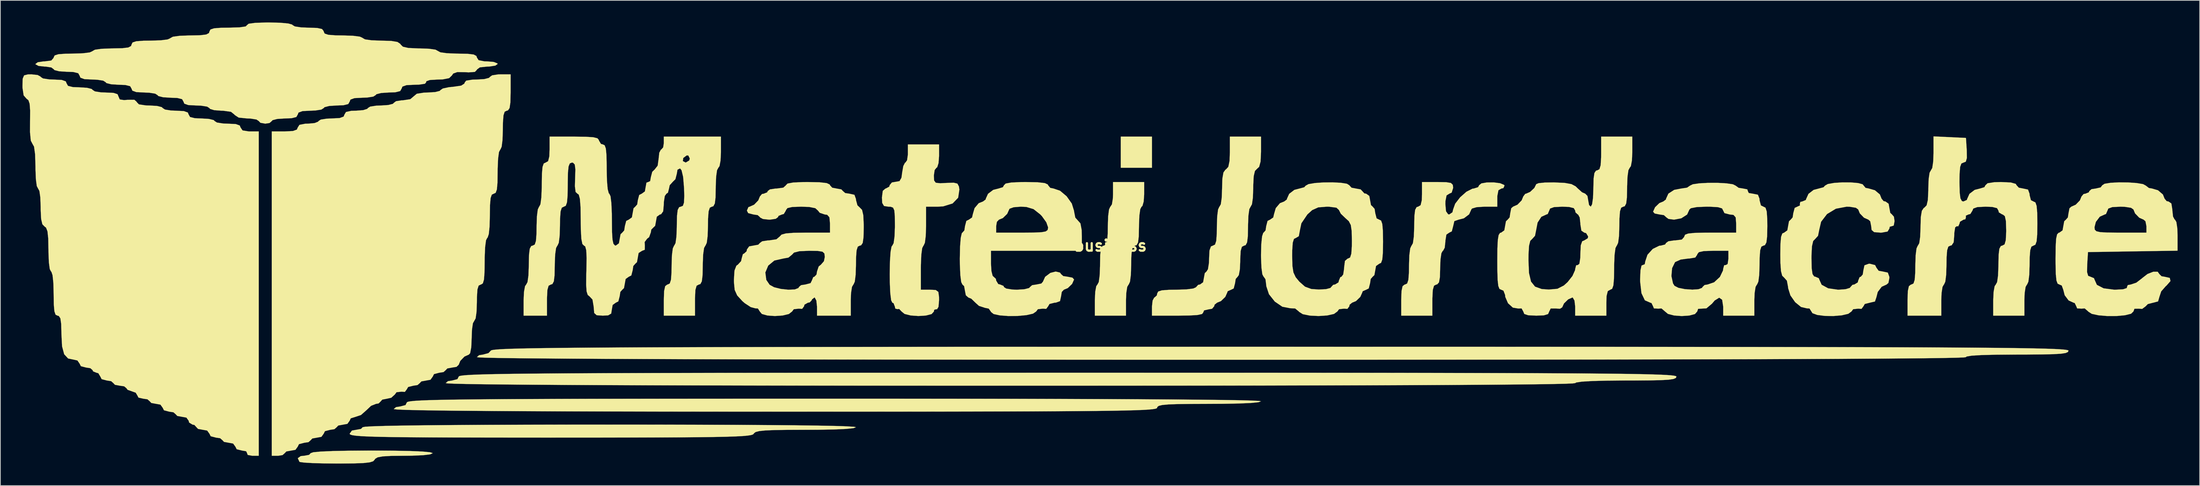
<source format=kicad_pcb>
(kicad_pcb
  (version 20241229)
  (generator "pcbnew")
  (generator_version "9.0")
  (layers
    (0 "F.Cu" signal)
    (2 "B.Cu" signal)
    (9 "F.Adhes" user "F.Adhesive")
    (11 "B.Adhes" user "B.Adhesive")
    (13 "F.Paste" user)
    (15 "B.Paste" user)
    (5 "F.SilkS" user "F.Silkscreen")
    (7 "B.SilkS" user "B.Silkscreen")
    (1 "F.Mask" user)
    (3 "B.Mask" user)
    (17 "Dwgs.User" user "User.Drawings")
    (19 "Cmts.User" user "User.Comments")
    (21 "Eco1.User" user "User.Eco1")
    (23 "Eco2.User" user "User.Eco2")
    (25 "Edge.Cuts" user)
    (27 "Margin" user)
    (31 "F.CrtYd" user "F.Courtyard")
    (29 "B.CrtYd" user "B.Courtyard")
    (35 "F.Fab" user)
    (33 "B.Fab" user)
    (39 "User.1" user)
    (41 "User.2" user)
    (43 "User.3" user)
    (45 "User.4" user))
  (footprint "business"
    (layer "F.Cu")
    (at 147.819 30.344)
    (property "Reference" "business" (at 0 0 0) (layer "F.SilkS") (effects (font (size 1.524 1.524) (thickness 0.3))))
    (attr through_hole)
    (fp_poly (pts (xy 5.644 -10.583) (xy 1.411 -10.583) (xy 1.411 -14.817) (xy 5.644 -14.817) (xy 5.644 -10.583)) (stroke (width 0.01) (type solid)) (fill yes) (layer "F.SilkS"))
    (fp_poly (pts (xy -97.497 27.884) (xy -95.202 27.928) (xy -93.511 27.998) (xy -92.458 28.095) (xy -92.076 28.215) (xy -92.075 28.222) (xy -92.412 28.382) (xy -93.363 28.499) (xy -94.835 28.564) (xy -95.918 28.575) (xy -97.681 28.593) (xy -98.855 28.659) (xy -99.555 28.786) (xy -99.898 28.991) (xy -99.964 29.104) (xy -100.162 29.321) (xy -100.632 29.471) (xy -101.477 29.566) (xy -102.803 29.617) (xy -104.715 29.633) (xy -105.058 29.633) (xy -106.849 29.617) (xy -108.38 29.573) (xy -109.517 29.507) (xy -110.125 29.425) (xy -110.184 29.398) (xy -110.412 28.908) (xy -110.006 28.62) (xy -109.537 28.575) (xy -108.875 28.454) (xy -108.656 28.222) (xy -108.308 28.1) (xy -107.289 28.003) (xy -105.63 27.931) (xy -103.364 27.886) (xy -100.525 27.869) (xy -100.365 27.869) (xy -97.497 27.884)) (stroke (width 0.01) (type solid)) (fill yes) (layer "F.SilkS"))
    (fp_poly (pts (xy 4.586 -6.967) (xy 4.52 -5.99) (xy 4.35 -5.387) (xy 4.233 -5.292) (xy 4.056 -4.963) (xy 3.932 -4.075) (xy 3.881 -2.77) (xy 3.881 -2.646) (xy 3.853 -1.25) (xy 3.753 -0.431) (xy 3.555 -0.061) (xy 3.351 0) (xy 3.072 0.139) (xy 2.908 0.639) (xy 2.834 1.63) (xy 2.822 2.646) (xy 2.778 3.979) (xy 2.66 4.908) (xy 2.486 5.289) (xy 2.469 5.292) (xy 2.282 5.613) (xy 2.154 6.452) (xy 2.117 7.408) (xy 2.117 9.525) (xy -2.117 9.525) (xy -2.117 7.408) (xy -2.063 6.281) (xy -1.923 5.516) (xy -1.764 5.292) (xy -1.586 4.963) (xy -1.462 4.075) (xy -1.411 2.77) (xy -1.411 2.646) (xy -1.383 1.25) (xy -1.283 0.431) (xy -1.085 0.061) (xy -0.882 0) (xy -0.603 -0.139) (xy -0.439 -0.639) (xy -0.365 -1.63) (xy -0.353 -2.646) (xy -0.309 -3.979) (xy -0.191 -4.908) (xy -0.017 -5.289) (xy 0 -5.292) (xy 0.206 -5.608) (xy 0.333 -6.413) (xy 0.353 -6.967) (xy 0.353 -8.643) (xy 4.586 -8.643) (xy 4.586 -6.967)) (stroke (width 0.01) (type solid)) (fill yes) (layer "F.SilkS"))
    (fp_poly (pts (xy -61.684 24.345) (xy -55.948 24.356) (xy -50.883 24.375) (xy -46.493 24.401) (xy -42.783 24.434) (xy -39.756 24.474) (xy -37.419 24.521) (xy -35.774 24.575) (xy -34.826 24.637) (xy -34.572 24.694) (xy -34.918 24.826) (xy -35.925 24.928) (xy -37.553 25.001) (xy -39.757 25.04) (xy -41.414 25.047) (xy -43.825 25.055) (xy -45.62 25.082) (xy -46.889 25.135) (xy -47.721 25.221) (xy -48.204 25.347) (xy -48.429 25.519) (xy -48.458 25.576) (xy -48.561 25.675) (xy -48.819 25.761) (xy -49.277 25.834) (xy -49.98 25.897) (xy -50.972 25.95) (xy -52.3 25.993) (xy -54.008 26.027) (xy -56.141 26.054) (xy -58.744 26.075) (xy -61.862 26.089) (xy -65.54 26.098) (xy -69.822 26.104) (xy -74.755 26.105) (xy -76.013 26.106) (xy -81.098 26.104) (xy -85.522 26.1) (xy -89.331 26.092) (xy -92.568 26.079) (xy -95.278 26.061) (xy -97.506 26.036) (xy -99.296 26.003) (xy -100.694 25.963) (xy -101.744 25.913) (xy -102.491 25.854) (xy -102.979 25.784) (xy -103.254 25.702) (xy -103.359 25.607) (xy -103.364 25.576) (xy -103.057 25.151) (xy -102.482 25.047) (xy -101.819 24.926) (xy -101.6 24.694) (xy -101.248 24.627) (xy -100.195 24.567) (xy -98.445 24.513) (xy -96.003 24.467) (xy -92.873 24.428) (xy -89.06 24.396) (xy -84.568 24.372) (xy -79.401 24.354) (xy -73.565 24.344) (xy -68.086 24.342) (xy -61.684 24.345)) (stroke (width 0.01) (type solid)) (fill yes) (layer "F.SilkS"))
    (fp_poly (pts (xy -28.971 20.816) (xy -21.054 20.822) (xy -13.82 20.833) (xy -7.273 20.848) (xy -1.413 20.867) (xy 3.756 20.891) (xy 8.234 20.918) (xy 12.017 20.95) (xy 15.105 20.986) (xy 17.495 21.026) (xy 19.185 21.071) (xy 20.173 21.119) (xy 20.461 21.167) (xy 20.115 21.296) (xy 19.106 21.398) (xy 17.473 21.471) (xy 15.258 21.511) (xy 13.406 21.519) (xy 10.972 21.526) (xy 9.157 21.55) (xy 7.876 21.597) (xy 7.042 21.674) (xy 6.57 21.788) (xy 6.372 21.945) (xy 6.35 22.049) (xy 6.292 22.121) (xy 6.094 22.187) (xy 5.726 22.246) (xy 5.154 22.3) (xy 4.345 22.347) (xy 3.267 22.388) (xy 1.888 22.425) (xy 0.175 22.457) (xy -1.904 22.484) (xy -4.383 22.506) (xy -7.294 22.525) (xy -10.668 22.541) (xy -14.54 22.553) (xy -18.941 22.562) (xy -23.904 22.569) (xy -29.461 22.574) (xy -35.645 22.577) (xy -42.489 22.578) (xy -45.508 22.578) (xy -53.608 22.575) (xy -61.029 22.568) (xy -67.768 22.556) (xy -73.822 22.54) (xy -79.19 22.518) (xy -83.87 22.492) (xy -87.858 22.461) (xy -91.153 22.426) (xy -93.752 22.385) (xy -95.653 22.34) (xy -96.854 22.291) (xy -97.352 22.237) (xy -97.367 22.225) (xy -97.065 21.96) (xy -96.485 21.872) (xy -95.775 21.688) (xy -95.603 21.343) (xy -95.545 21.274) (xy -95.351 21.211) (xy -94.989 21.155) (xy -94.43 21.103) (xy -93.642 21.057) (xy -92.594 21.016) (xy -91.256 20.98) (xy -89.598 20.948) (xy -87.587 20.921) (xy -85.193 20.897) (xy -82.387 20.877) (xy -79.136 20.861) (xy -75.41 20.847) (xy -71.178 20.836) (xy -66.409 20.828) (xy -61.074 20.822) (xy -55.14 20.818) (xy -48.577 20.815) (xy -41.355 20.814) (xy -37.571 20.814) (xy -28.971 20.816)) (stroke (width 0.01) (type solid)) (fill yes) (layer "F.SilkS"))
    (fp_poly (pts (xy -23.283 -12.171) (xy -23.353 -11.224) (xy -23.531 -10.656) (xy -23.636 -10.583) (xy -23.881 -10.276) (xy -23.989 -9.534) (xy -23.989 -9.498) (xy -23.954 -8.847) (xy -23.726 -8.543) (xy -23.118 -8.477) (xy -22.313 -8.518) (xy -21.299 -8.554) (xy -20.789 -8.427) (xy -20.583 -8.038) (xy -20.522 -7.626) (xy -20.687 -6.511) (xy -21.439 -5.732) (xy -22.722 -5.334) (xy -23.445 -5.292) (xy -25.047 -5.292) (xy -25.047 -2.646) (xy -25.091 -1.313) (xy -25.209 -0.383) (xy -25.383 -0.002) (xy -25.4 0) (xy -25.572 0.332) (xy -25.693 1.244) (xy -25.75 2.612) (xy -25.753 2.999) (xy -25.753 5.997) (xy -24.518 5.997) (xy -23.732 6.039) (xy -23.379 6.298) (xy -23.287 6.977) (xy -23.283 7.429) (xy -23.358 8.323) (xy -23.559 8.664) (xy -23.636 8.643) (xy -23.938 8.723) (xy -23.989 8.975) (xy -24.298 9.311) (xy -25.074 9.51) (xy -26.094 9.574) (xy -27.132 9.501) (xy -27.965 9.292) (xy -28.358 8.973) (xy -28.708 8.609) (xy -28.925 8.642) (xy -29.229 8.563) (xy -29.281 8.311) (xy -29.465 7.828) (xy -29.633 7.761) (xy -29.793 7.424) (xy -29.909 6.472) (xy -29.975 4.996) (xy -29.986 3.881) (xy -29.955 2.13) (xy -29.869 0.848) (xy -29.735 0.127) (xy -29.633 0) (xy -29.456 -0.328) (xy -29.332 -1.217) (xy -29.281 -2.522) (xy -29.281 -2.646) (xy -29.292 -3.992) (xy -29.358 -4.78) (xy -29.528 -5.161) (xy -29.853 -5.282) (xy -30.163 -5.292) (xy -30.759 -5.384) (xy -31.003 -5.799) (xy -31.044 -6.526) (xy -30.93 -7.44) (xy -30.563 -7.759) (xy -30.515 -7.761) (xy -30.047 -8.013) (xy -29.986 -8.23) (xy -29.689 -8.586) (xy -29.192 -8.671) (xy -28.654 -8.765) (xy -28.39 -9.225) (xy -28.289 -9.966) (xy -28.141 -10.817) (xy -27.909 -11.267) (xy -27.848 -11.289) (xy -27.629 -11.599) (xy -27.52 -12.362) (xy -27.517 -12.524) (xy -27.517 -13.758) (xy -23.283 -13.758) (xy -23.283 -12.171)) (stroke (width 0.01) (type solid)) (fill yes) (layer "F.SilkS"))
    (fp_poly (pts (xy 45.626 -8.621) (xy 46.261 -8.515) (xy 46.52 -8.262) (xy 46.567 -7.849) (xy 46.366 -7.207) (xy 46.038 -7.056) (xy 45.67 -6.823) (xy 45.518 -6.05) (xy 45.508 -5.644) (xy 45.596 -4.663) (xy 45.885 -4.259) (xy 46.038 -4.233) (xy 46.469 -4.526) (xy 46.567 -4.927) (xy 46.841 -5.695) (xy 47.515 -6.568) (xy 48.369 -7.322) (xy 49.183 -7.736) (xy 49.377 -7.761) (xy 49.956 -7.942) (xy 50.094 -8.202) (xy 50.399 -8.457) (xy 51.143 -8.587) (xy 52.075 -8.594) (xy 52.939 -8.482) (xy 53.484 -8.254) (xy 53.548 -8.159) (xy 53.388 -7.817) (xy 53.122 -7.761) (xy 52.718 -7.529) (xy 52.568 -6.756) (xy 52.564 -6.526) (xy 52.564 -5.292) (xy 50.8 -5.292) (xy 49.746 -5.223) (xy 49.127 -5.041) (xy 49.036 -4.914) (xy 48.735 -4.25) (xy 48.024 -3.713) (xy 47.297 -3.528) (xy 46.728 -3.333) (xy 46.567 -2.646) (xy 46.567 -2.646) (xy 46.383 -1.937) (xy 46.038 -1.764) (xy 45.646 -1.496) (xy 45.509 -0.642) (xy 45.508 -0.529) (xy 45.42 0.287) (xy 45.202 0.695) (xy 45.156 0.706) (xy 44.971 1.03) (xy 44.845 1.888) (xy 44.803 2.999) (xy 44.767 4.285) (xy 44.641 5) (xy 44.394 5.275) (xy 44.274 5.292) (xy 43.966 5.454) (xy 43.801 6.03) (xy 43.745 7.153) (xy 43.744 7.408) (xy 43.744 9.525) (xy 39.511 9.525) (xy 39.511 7.408) (xy 39.552 6.179) (xy 39.696 5.519) (xy 39.977 5.296) (xy 40.04 5.292) (xy 40.319 5.153) (xy 40.483 4.652) (xy 40.557 3.662) (xy 40.569 2.646) (xy 40.613 1.313) (xy 40.732 0.383) (xy 40.906 0.002) (xy 40.922 0) (xy 41.1 -0.328) (xy 41.224 -1.217) (xy 41.275 -2.522) (xy 41.275 -2.646) (xy 41.303 -4.041) (xy 41.403 -4.861) (xy 41.601 -5.231) (xy 41.804 -5.292) (xy 42.145 -5.489) (xy 42.306 -6.168) (xy 42.333 -6.967) (xy 42.333 -8.643) (xy 44.45 -8.643) (xy 45.626 -8.621)) (stroke (width 0.01) (type solid)) (fill yes) (layer "F.SilkS"))
    (fp_poly (pts (xy 20.461 -12.738) (xy 20.402 -11.435) (xy 20.207 -10.707) (xy 19.932 -10.456) (xy 19.635 -10.15) (xy 19.467 -9.432) (xy 19.405 -8.173) (xy 19.403 -7.772) (xy 19.356 -6.501) (xy 19.232 -5.622) (xy 19.051 -5.292) (xy 19.05 -5.292) (xy 18.872 -4.963) (xy 18.748 -4.075) (xy 18.698 -2.77) (xy 18.697 -2.646) (xy 18.67 -1.25) (xy 18.569 -0.431) (xy 18.371 -0.061) (xy 18.168 0) (xy 17.861 0.163) (xy 17.696 0.739) (xy 17.64 1.862) (xy 17.639 2.117) (xy 17.585 3.244) (xy 17.445 4.009) (xy 17.286 4.233) (xy 17.021 4.535) (xy 16.933 5.115) (xy 16.749 5.825) (xy 16.404 5.997) (xy 15.935 6.201) (xy 15.875 6.375) (xy 15.608 6.974) (xy 15.021 7.542) (xy 14.489 7.761) (xy 14.143 8.042) (xy 14.111 8.23) (xy 13.814 8.586) (xy 13.317 8.671) (xy 12.723 8.81) (xy 12.612 9.084) (xy 12.461 9.297) (xy 11.852 9.435) (xy 10.697 9.507) (xy 9.172 9.525) (xy 5.644 9.525) (xy 5.644 8.29) (xy 5.733 7.474) (xy 5.951 7.066) (xy 5.997 7.056) (xy 6.31 6.77) (xy 6.35 6.526) (xy 6.489 6.247) (xy 6.989 6.083) (xy 7.98 6.009) (xy 8.996 5.997) (xy 10.329 5.953) (xy 11.258 5.835) (xy 11.639 5.661) (xy 11.642 5.644) (xy 11.927 5.331) (xy 12.171 5.292) (xy 12.596 4.985) (xy 12.7 4.41) (xy 12.821 3.747) (xy 13.053 3.528) (xy 13.254 3.21) (xy 13.382 2.399) (xy 13.406 1.764) (xy 13.462 0.655) (xy 13.658 0.113) (xy 13.935 0) (xy 14.214 -0.139) (xy 14.378 -0.639) (xy 14.452 -1.63) (xy 14.464 -2.646) (xy 14.508 -3.979) (xy 14.626 -4.908) (xy 14.8 -5.289) (xy 14.817 -5.292) (xy 14.998 -5.617) (xy 15.124 -6.489) (xy 15.169 -7.723) (xy 15.212 -9.12) (xy 15.357 -9.944) (xy 15.63 -10.325) (xy 15.699 -10.358) (xy 16.02 -10.707) (xy 16.187 -11.522) (xy 16.228 -12.689) (xy 16.228 -14.817) (xy 20.461 -14.817) (xy 20.461 -12.738)) (stroke (width 0.01) (type solid)) (fill yes) (layer "F.SilkS"))
    (fp_poly (pts (xy 3.266 17.286) (xy 11.673 17.288) (xy 19.426 17.29) (xy 26.551 17.293) (xy 33.074 17.298) (xy 39.02 17.304) (xy 44.415 17.312) (xy 49.286 17.322) (xy 53.657 17.333) (xy 57.555 17.347) (xy 61.006 17.363) (xy 64.035 17.382) (xy 66.668 17.403) (xy 68.93 17.427) (xy 70.849 17.454) (xy 72.449 17.484) (xy 73.757 17.518) (xy 74.797 17.554) (xy 75.597 17.595) (xy 76.181 17.639) (xy 76.576 17.688) (xy 76.807 17.74) (xy 76.901 17.797) (xy 76.906 17.815) (xy 76.819 18) (xy 76.5 18.137) (xy 75.863 18.233) (xy 74.821 18.295) (xy 73.285 18.33) (xy 71.17 18.343) (xy 70.026 18.344) (xy 67.474 18.362) (xy 65.471 18.414) (xy 64.062 18.497) (xy 63.289 18.611) (xy 63.147 18.697) (xy 62.795 18.743) (xy 61.738 18.786) (xy 59.978 18.825) (xy 57.517 18.862) (xy 54.355 18.895) (xy 50.494 18.925) (xy 45.936 18.951) (xy 40.681 18.975) (xy 34.731 18.995) (xy 28.087 19.012) (xy 20.75 19.026) (xy 12.723 19.037) (xy 4.005 19.045) (xy -5.401 19.049) (xy -13.582 19.05) (xy -23.549 19.048) (xy -32.828 19.044) (xy -41.419 19.035) (xy -49.319 19.024) (xy -56.528 19.01) (xy -63.044 18.992) (xy -68.866 18.971) (xy -73.993 18.947) (xy -78.423 18.919) (xy -82.154 18.889) (xy -85.187 18.855) (xy -87.519 18.818) (xy -89.15 18.778) (xy -90.077 18.735) (xy -90.311 18.697) (xy -90.009 18.432) (xy -89.429 18.344) (xy -88.72 18.16) (xy -88.547 17.815) (xy -88.491 17.757) (xy -88.305 17.703) (xy -87.962 17.654) (xy -87.439 17.608) (xy -86.708 17.566) (xy -85.744 17.528) (xy -84.521 17.494) (xy -83.013 17.463) (xy -81.194 17.435) (xy -79.04 17.41) (xy -76.523 17.388) (xy -73.618 17.368) (xy -70.299 17.352) (xy -66.54 17.337) (xy -62.317 17.325) (xy -57.602 17.315) (xy -52.369 17.306) (xy -46.595 17.3) (xy -40.251 17.294) (xy -33.313 17.291) (xy -25.755 17.288) (xy -17.551 17.287) (xy -8.675 17.286) (xy -5.821 17.286) (xy 3.266 17.286)) (stroke (width 0.01) (type solid)) (fill yes) (layer "F.SilkS"))
    (fp_poly (pts (xy 33.48 13.759) (xy 43.182 13.76) (xy 52.223 13.761) (xy 60.627 13.764) (xy 68.416 13.767) (xy 75.613 13.772) (xy 82.241 13.777) (xy 88.322 13.784) (xy 93.879 13.793) (xy 98.934 13.803) (xy 103.511 13.814) (xy 107.632 13.827) (xy 111.32 13.843) (xy 114.597 13.86) (xy 117.487 13.879) (xy 120.011 13.9) (xy 122.192 13.924) (xy 124.054 13.95) (xy 125.619 13.979) (xy 126.909 14.01) (xy 127.948 14.044) (xy 128.758 14.081) (xy 129.361 14.121) (xy 129.78 14.164) (xy 130.039 14.21) (xy 130.159 14.259) (xy 130.175 14.287) (xy 130.089 14.47) (xy 129.774 14.606) (xy 129.144 14.702) (xy 128.113 14.764) (xy 126.595 14.8) (xy 124.504 14.815) (xy 123.099 14.817) (xy 120.417 14.834) (xy 118.383 14.884) (xy 117.012 14.967) (xy 116.32 15.082) (xy 116.24 15.169) (xy 115.913 15.21) (xy 114.881 15.248) (xy 113.144 15.283) (xy 110.702 15.316) (xy 107.556 15.346) (xy 103.706 15.375) (xy 99.153 15.4) (xy 93.896 15.423) (xy 87.936 15.444) (xy 81.274 15.462) (xy 73.91 15.478) (xy 65.843 15.492) (xy 57.075 15.503) (xy 47.606 15.511) (xy 37.436 15.517) (xy 26.565 15.521) (xy 15.19 15.522) (xy 3.665 15.521) (xy -7.169 15.517) (xy -17.31 15.511) (xy -26.758 15.503) (xy -35.511 15.492) (xy -43.569 15.478) (xy -50.931 15.462) (xy -57.596 15.444) (xy -63.564 15.423) (xy -68.832 15.4) (xy -73.401 15.374) (xy -77.27 15.346) (xy -80.438 15.316) (xy -82.903 15.283) (xy -84.665 15.247) (xy -85.724 15.21) (xy -86.078 15.17) (xy -86.078 15.169) (xy -85.777 14.9) (xy -85.234 14.817) (xy -84.502 14.62) (xy -84.186 14.287) (xy -84.111 14.236) (xy -83.909 14.188) (xy -83.559 14.144) (xy -83.038 14.102) (xy -82.323 14.063) (xy -81.391 14.028) (xy -80.219 13.995) (xy -78.786 13.965) (xy -77.067 13.938) (xy -75.041 13.913) (xy -72.685 13.89) (xy -69.975 13.87) (xy -66.89 13.851) (xy -63.406 13.835) (xy -59.5 13.821) (xy -55.151 13.808) (xy -50.335 13.798) (xy -45.029 13.788) (xy -39.212 13.781) (xy -32.859 13.774) (xy -25.948 13.769) (xy -18.458 13.765) (xy -10.364 13.762) (xy -1.644 13.76) (xy 7.725 13.759) (xy 17.765 13.758) (xy 23.096 13.758) (xy 33.48 13.759)) (stroke (width 0.01) (type solid)) (fill yes) (layer "F.SilkS"))
    (fp_poly (pts (xy -9.877 -8.609) (xy -8.913 -8.498) (xy -8.497 -8.3) (xy -8.467 -8.202) (xy -8.171 -7.849) (xy -7.734 -7.761) (xy -6.845 -7.46) (xy -5.95 -6.706) (xy -5.249 -5.719) (xy -4.941 -4.721) (xy -4.939 -4.651) (xy -4.772 -3.803) (xy -4.41 -3.4) (xy -4.073 -3.021) (xy -3.908 -2.139) (xy -3.881 -1.246) (xy -3.881 0.706) (xy -16.228 0.706) (xy -16.228 2.469) (xy -16.164 3.476) (xy -16.002 4.114) (xy -15.875 4.233) (xy -15.562 4.519) (xy -15.522 4.763) (xy -15.24 5.23) (xy -14.993 5.292) (xy -14.524 5.482) (xy -14.464 5.644) (xy -14.147 5.846) (xy -13.335 5.973) (xy -12.7 5.997) (xy -11.694 5.934) (xy -11.055 5.772) (xy -10.936 5.644) (xy -10.634 5.379) (xy -10.054 5.292) (xy -9.391 5.162) (xy -9.172 4.914) (xy -8.871 4.25) (xy -8.16 3.713) (xy -7.434 3.528) (xy -6.847 3.671) (xy -6.703 3.881) (xy -6.401 4.146) (xy -5.821 4.233) (xy -5.158 4.363) (xy -4.939 4.611) (xy -5.206 5.21) (xy -5.793 5.778) (xy -6.325 5.997) (xy -6.609 6.299) (xy -6.703 6.879) (xy -6.848 7.551) (xy -7.422 7.757) (xy -7.585 7.761) (xy -8.277 7.934) (xy -8.467 8.257) (xy -8.726 8.604) (xy -9.168 8.57) (xy -9.858 8.648) (xy -10.088 8.956) (xy -10.518 9.253) (xy -11.417 9.457) (xy -12.594 9.565) (xy -13.854 9.577) (xy -15.008 9.491) (xy -15.863 9.307) (xy -16.226 9.022) (xy -16.228 8.996) (xy -16.53 8.568) (xy -17.032 8.467) (xy -17.86 8.195) (xy -18.344 7.761) (xy -18.905 7.215) (xy -19.304 7.056) (xy -19.643 6.754) (xy -19.756 6.174) (xy -19.876 5.511) (xy -20.108 5.292) (xy -20.272 4.956) (xy -20.391 4.018) (xy -20.454 2.578) (xy -20.461 1.764) (xy -20.428 0.125) (xy -20.334 -1.06) (xy -20.19 -1.689) (xy -20.108 -1.764) (xy -19.843 -2.066) (xy -19.756 -2.646) (xy -15.522 -2.646) (xy -15.522 -1.764) (xy -11.994 -1.764) (xy -10.39 -1.773) (xy -9.362 -1.819) (xy -8.785 -1.926) (xy -8.529 -2.121) (xy -8.467 -2.431) (xy -8.467 -2.481) (xy -8.708 -3.169) (xy -9.309 -4.006) (xy -9.537 -4.245) (xy -10.446 -4.962) (xy -11.425 -5.256) (xy -12.183 -5.292) (xy -13.144 -5.216) (xy -13.697 -5.021) (xy -13.758 -4.914) (xy -14.026 -4.315) (xy -14.612 -3.747) (xy -15.144 -3.528) (xy -15.428 -3.226) (xy -15.522 -2.646) (xy -19.756 -2.646) (xy -19.572 -3.355) (xy -19.226 -3.528) (xy -18.796 -3.824) (xy -18.697 -4.259) (xy -18.457 -5.092) (xy -17.891 -5.765) (xy -17.311 -5.997) (xy -16.949 -6.268) (xy -16.933 -6.375) (xy -16.632 -7.039) (xy -15.921 -7.576) (xy -15.195 -7.761) (xy -14.608 -7.94) (xy -14.464 -8.202) (xy -14.23 -8.436) (xy -13.478 -8.577) (xy -12.129 -8.639) (xy -11.465 -8.643) (xy -9.877 -8.609)) (stroke (width 0.01) (type solid)) (fill yes) (layer "F.SilkS"))
    (fp_poly (pts (xy 100.59 -8.592) (xy 101.581 -8.505) (xy 102.2 -8.336) (xy 102.306 -8.202) (xy 102.601 -7.848) (xy 103.036 -7.761) (xy 103.869 -7.521) (xy 104.543 -6.955) (xy 104.775 -6.375) (xy 105.06 -6.04) (xy 105.304 -5.997) (xy 105.73 -5.691) (xy 105.833 -5.115) (xy 105.954 -4.452) (xy 106.186 -4.233) (xy 106.449 -3.931) (xy 106.539 -3.331) (xy 106.427 -2.73) (xy 106.186 -2.646) (xy 105.884 -2.566) (xy 105.833 -2.314) (xy 105.592 -1.913) (xy 104.797 -1.767) (xy 104.599 -1.764) (xy 103.764 -1.83) (xy 103.422 -2.126) (xy 103.364 -2.646) (xy 103.235 -3.309) (xy 102.986 -3.528) (xy 102.387 -3.795) (xy 101.819 -4.382) (xy 101.6 -4.914) (xy 101.283 -5.144) (xy 100.47 -5.277) (xy 100.025 -5.292) (xy 98.573 -5.019) (xy 97.364 -4.29) (xy 96.557 -3.24) (xy 96.308 -2.166) (xy 96.14 -1.33) (xy 95.779 -0.931) (xy 95.482 -0.625) (xy 95.315 0.093) (xy 95.252 1.352) (xy 95.25 1.753) (xy 95.281 3.098) (xy 95.392 3.869) (xy 95.611 4.196) (xy 95.779 4.233) (xy 96.248 4.437) (xy 96.308 4.611) (xy 96.631 5.325) (xy 97.517 5.808) (xy 98.846 5.997) (xy 98.929 5.997) (xy 99.884 5.928) (xy 100.463 5.753) (xy 100.542 5.644) (xy 100.827 5.331) (xy 101.071 5.292) (xy 101.539 5.009) (xy 101.6 4.763) (xy 101.79 4.293) (xy 101.953 4.233) (xy 102.218 3.931) (xy 102.306 3.351) (xy 102.451 2.68) (xy 103.025 2.473) (xy 103.188 2.469) (xy 103.897 2.653) (xy 104.069 2.999) (xy 104.376 3.424) (xy 104.951 3.528) (xy 105.623 3.673) (xy 105.83 4.247) (xy 105.833 4.41) (xy 105.704 5.073) (xy 105.455 5.292) (xy 104.791 5.593) (xy 104.254 6.304) (xy 104.069 7.03) (xy 103.875 7.6) (xy 103.188 7.761) (xy 103.188 7.761) (xy 102.495 7.934) (xy 102.306 8.257) (xy 102.046 8.604) (xy 101.604 8.57) (xy 100.915 8.648) (xy 100.685 8.956) (xy 100.249 9.274) (xy 99.363 9.481) (xy 98.231 9.577) (xy 97.054 9.56) (xy 96.038 9.431) (xy 95.384 9.189) (xy 95.25 8.974) (xy 94.982 8.552) (xy 94.614 8.53) (xy 93.835 8.346) (xy 93.033 7.691) (xy 92.388 6.77) (xy 92.081 5.787) (xy 92.075 5.649) (xy 91.911 4.772) (xy 91.546 4.361) (xy 91.273 4.093) (xy 91.108 3.463) (xy 91.03 2.343) (xy 91.017 1.197) (xy 91.04 -0.291) (xy 91.124 -1.199) (xy 91.29 -1.648) (xy 91.546 -1.764) (xy 91.971 -2.071) (xy 92.075 -2.646) (xy 92.196 -3.309) (xy 92.428 -3.528) (xy 92.693 -3.83) (xy 92.781 -4.41) (xy 92.97 -5.126) (xy 93.331 -5.292) (xy 93.696 -5.463) (xy 93.662 -5.644) (xy 93.742 -5.946) (xy 93.994 -5.997) (xy 94.477 -6.194) (xy 94.544 -6.375) (xy 94.844 -7.036) (xy 95.546 -7.575) (xy 96.254 -7.761) (xy 96.889 -7.93) (xy 97.084 -8.148) (xy 97.473 -8.373) (xy 98.327 -8.523) (xy 99.435 -8.597) (xy 100.59 -8.592)) (stroke (width 0.01) (type solid)) (fill yes) (layer "F.SilkS"))
    (fp_poly (pts (xy 31.31 -8.541) (xy 32.134 -8.41) (xy 32.456 -8.204) (xy 32.456 -8.202) (xy 32.757 -7.871) (xy 33.337 -7.761) (xy 34 -7.64) (xy 34.219 -7.408) (xy 34.505 -7.095) (xy 34.749 -7.056) (xy 35.174 -6.749) (xy 35.278 -6.174) (xy 35.399 -5.511) (xy 35.631 -5.292) (xy 35.896 -4.99) (xy 35.983 -4.41) (xy 36.167 -3.7) (xy 36.513 -3.528) (xy 36.777 -3.4) (xy 36.939 -2.934) (xy 37.02 -2.007) (xy 37.042 -0.529) (xy 37.019 0.97) (xy 36.937 1.888) (xy 36.773 2.346) (xy 36.513 2.469) (xy 36.087 2.776) (xy 35.983 3.351) (xy 35.863 4.014) (xy 35.631 4.233) (xy 35.365 4.535) (xy 35.278 5.115) (xy 35.094 5.825) (xy 34.749 5.997) (xy 34.279 6.201) (xy 34.219 6.375) (xy 33.952 6.974) (xy 33.366 7.542) (xy 32.834 7.761) (xy 32.492 8.044) (xy 32.456 8.257) (xy 32.196 8.604) (xy 31.754 8.57) (xy 31.065 8.648) (xy 30.835 8.956) (xy 30.372 9.293) (xy 29.443 9.5) (xy 28.278 9.575) (xy 27.102 9.518) (xy 26.144 9.328) (xy 25.631 9.004) (xy 25.615 8.969) (xy 25.098 8.548) (xy 24.419 8.516) (xy 23.361 8.311) (xy 22.336 7.611) (xy 21.541 6.609) (xy 21.173 5.496) (xy 21.167 5.342) (xy 21.069 4.577) (xy 20.831 4.235) (xy 20.814 4.233) (xy 20.642 3.902) (xy 20.52 2.99) (xy 20.464 1.621) (xy 20.462 1.397) (xy 24.694 1.397) (xy 24.726 2.756) (xy 24.863 3.646) (xy 25.171 4.301) (xy 25.665 4.9) (xy 26.439 5.586) (xy 27.288 5.899) (xy 28.31 5.973) (xy 29.287 5.921) (xy 29.891 5.76) (xy 29.986 5.644) (xy 30.272 5.331) (xy 30.515 5.292) (xy 30.983 5.009) (xy 31.044 4.763) (xy 31.235 4.293) (xy 31.397 4.233) (xy 31.63 3.923) (xy 31.747 3.161) (xy 31.75 2.999) (xy 31.865 2.085) (xy 32.231 1.766) (xy 32.279 1.764) (xy 32.569 1.617) (xy 32.734 1.088) (xy 32.802 0.047) (xy 32.808 -0.656) (xy 32.781 -1.977) (xy 32.661 -2.798) (xy 32.389 -3.322) (xy 31.926 -3.738) (xy 31.304 -4.337) (xy 31.044 -4.846) (xy 31.044 -4.846) (xy 30.705 -5.158) (xy 29.697 -5.288) (xy 29.407 -5.292) (xy 28.241 -5.2) (xy 27.416 -4.83) (xy 26.761 -4.237) (xy 25.945 -3.029) (xy 25.753 -2.12) (xy 25.596 -1.278) (xy 25.224 -1.058) (xy 24.935 -0.913) (xy 24.771 -0.388) (xy 24.702 0.644) (xy 24.694 1.397) (xy 20.462 1.397) (xy 20.461 1.235) (xy 20.5 -0.226) (xy 20.607 -1.26) (xy 20.768 -1.743) (xy 20.814 -1.764) (xy 21.079 -2.066) (xy 21.167 -2.646) (xy 21.351 -3.355) (xy 21.696 -3.528) (xy 22.126 -3.824) (xy 22.225 -4.259) (xy 22.465 -5.092) (xy 23.032 -5.765) (xy 23.611 -5.997) (xy 23.973 -6.268) (xy 23.989 -6.375) (xy 24.288 -7.036) (xy 24.99 -7.575) (xy 25.698 -7.761) (xy 26.333 -7.929) (xy 26.528 -8.145) (xy 26.916 -8.359) (xy 27.785 -8.507) (xy 28.938 -8.588) (xy 30.179 -8.6) (xy 31.31 -8.541)) (stroke (width 0.01) (type solid)) (fill yes) (layer "F.SilkS"))
    (fp_poly (pts (xy 138.272 -8.588) (xy 139.426 -8.507) (xy 140.297 -8.36) (xy 140.689 -8.147) (xy 140.689 -8.145) (xy 141.101 -7.828) (xy 141.518 -7.761) (xy 142.333 -7.519) (xy 142.998 -6.949) (xy 143.228 -6.375) (xy 143.513 -6.04) (xy 143.757 -5.997) (xy 144.148 -5.729) (xy 144.285 -4.875) (xy 144.286 -4.763) (xy 144.375 -3.946) (xy 144.593 -3.538) (xy 144.639 -3.528) (xy 144.827 -3.207) (xy 144.954 -2.368) (xy 144.992 -1.419) (xy 144.992 0.689) (xy 138.906 0.785) (xy 132.821 0.882) (xy 132.713 2.558) (xy 132.695 3.605) (xy 132.843 4.112) (xy 133.154 4.233) (xy 133.636 4.431) (xy 133.703 4.611) (xy 134.026 5.336) (xy 134.944 5.811) (xy 136.377 5.996) (xy 136.521 5.997) (xy 137.595 5.937) (xy 138.102 5.769) (xy 138.113 5.644) (xy 138.223 5.369) (xy 138.638 5.292) (xy 139.382 5.044) (xy 140.166 4.444) (xy 140.198 4.41) (xy 140.911 3.858) (xy 141.681 3.558) (xy 142.29 3.557) (xy 142.522 3.881) (xy 142.817 4.17) (xy 143.207 4.233) (xy 143.931 4.393) (xy 144.028 4.821) (xy 143.487 5.438) (xy 143.398 5.507) (xy 142.768 6.225) (xy 142.522 6.963) (xy 142.344 7.586) (xy 141.696 7.761) (xy 141.678 7.761) (xy 140.951 7.948) (xy 140.641 8.263) (xy 140.179 8.608) (xy 139.722 8.575) (xy 139.132 8.584) (xy 138.994 8.955) (xy 138.677 9.263) (xy 137.854 9.47) (xy 136.717 9.575) (xy 135.457 9.579) (xy 134.267 9.481) (xy 133.339 9.282) (xy 132.865 8.98) (xy 132.854 8.956) (xy 132.379 8.545) (xy 131.935 8.57) (xy 131.348 8.54) (xy 131.233 8.257) (xy 131.018 7.81) (xy 130.855 7.761) (xy 130.191 7.46) (xy 129.654 6.749) (xy 129.469 6.022) (xy 129.255 5.428) (xy 128.94 5.292) (xy 128.694 5.175) (xy 128.535 4.748) (xy 128.448 3.894) (xy 128.414 2.498) (xy 128.411 1.764) (xy 128.429 0.119) (xy 128.493 -0.937) (xy 128.621 -1.521) (xy 128.83 -1.747) (xy 128.94 -1.764) (xy 129.366 -2.071) (xy 129.442 -2.495) (xy 133.703 -2.495) (xy 133.746 -2.162) (xy 133.961 -1.95) (xy 134.476 -1.83) (xy 135.419 -1.777) (xy 136.918 -1.764) (xy 137.231 -1.764) (xy 140.758 -1.764) (xy 140.758 -2.646) (xy 140.629 -3.309) (xy 140.38 -3.528) (xy 139.782 -3.795) (xy 139.214 -4.382) (xy 138.994 -4.914) (xy 138.672 -5.14) (xy 137.823 -5.272) (xy 137.231 -5.292) (xy 136.121 -5.235) (xy 135.58 -5.039) (xy 135.467 -4.763) (xy 135.263 -4.293) (xy 135.089 -4.233) (xy 134.425 -3.932) (xy 133.888 -3.221) (xy 133.703 -2.495) (xy 129.442 -2.495) (xy 129.469 -2.646) (xy 129.59 -3.309) (xy 129.822 -3.528) (xy 130.087 -3.83) (xy 130.175 -4.41) (xy 130.304 -5.073) (xy 130.553 -5.292) (xy 131.151 -5.559) (xy 131.72 -6.145) (xy 131.939 -6.678) (xy 132.224 -7.013) (xy 132.468 -7.056) (xy 132.938 -7.246) (xy 132.997 -7.408) (xy 133.299 -7.674) (xy 133.879 -7.761) (xy 134.542 -7.912) (xy 134.761 -8.202) (xy 135.079 -8.409) (xy 135.901 -8.541) (xy 137.031 -8.6) (xy 138.272 -8.588)) (stroke (width 0.01) (type solid)) (fill yes) (layer "F.SilkS"))
    (fp_poly (pts (xy 116.24 -14.64) (xy 116.348 -12.965) (xy 116.366 -11.917) (xy 116.218 -11.41) (xy 115.907 -11.289) (xy 115.619 -11.164) (xy 115.451 -10.701) (xy 115.373 -9.769) (xy 115.358 -8.643) (xy 115.386 -7.247) (xy 115.486 -6.428) (xy 115.684 -6.058) (xy 115.888 -5.997) (xy 116.357 -6.201) (xy 116.417 -6.375) (xy 116.718 -7.039) (xy 117.429 -7.576) (xy 118.155 -7.761) (xy 118.742 -7.94) (xy 118.886 -8.202) (xy 119.18 -8.478) (xy 120.094 -8.619) (xy 121.003 -8.643) (xy 122.328 -8.582) (xy 123.005 -8.391) (xy 123.119 -8.202) (xy 123.421 -7.871) (xy 124.001 -7.761) (xy 124.673 -7.615) (xy 124.88 -7.042) (xy 124.883 -6.879) (xy 125.067 -6.17) (xy 125.412 -5.997) (xy 125.677 -5.869) (xy 125.839 -5.403) (xy 125.92 -4.476) (xy 125.942 -2.999) (xy 125.919 -1.499) (xy 125.837 -0.582) (xy 125.673 -0.123) (xy 125.412 0) (xy 125.133 0.139) (xy 124.97 0.639) (xy 124.895 1.63) (xy 124.883 2.646) (xy 124.84 3.979) (xy 124.721 4.908) (xy 124.547 5.289) (xy 124.531 5.292) (xy 124.343 5.613) (xy 124.215 6.452) (xy 124.178 7.408) (xy 124.178 9.525) (xy 119.944 9.525) (xy 119.944 7.408) (xy 119.998 6.281) (xy 120.138 5.516) (xy 120.297 5.292) (xy 120.475 4.963) (xy 120.599 4.075) (xy 120.65 2.77) (xy 120.65 2.646) (xy 120.678 1.25) (xy 120.778 0.431) (xy 120.976 0.061) (xy 121.179 0) (xy 121.486 -0.163) (xy 121.651 -0.739) (xy 121.707 -1.862) (xy 121.708 -2.117) (xy 121.668 -3.346) (xy 121.524 -4.006) (xy 121.243 -4.229) (xy 121.179 -4.233) (xy 120.711 -4.516) (xy 120.65 -4.763) (xy 120.461 -5.095) (xy 119.807 -5.258) (xy 118.886 -5.292) (xy 117.777 -5.235) (xy 117.235 -5.039) (xy 117.122 -4.763) (xy 116.838 -4.3) (xy 116.572 -4.233) (xy 116.207 -4.062) (xy 116.24 -3.881) (xy 116.16 -3.579) (xy 115.908 -3.528) (xy 115.428 -3.244) (xy 115.358 -2.978) (xy 115.187 -2.613) (xy 115.006 -2.646) (xy 114.774 -2.487) (xy 114.659 -1.742) (xy 114.653 -1.432) (xy 114.568 -0.443) (xy 114.286 -0.03) (xy 114.124 0) (xy 113.844 0.139) (xy 113.681 0.639) (xy 113.607 1.63) (xy 113.594 2.646) (xy 113.551 3.979) (xy 113.432 4.908) (xy 113.258 5.289) (xy 113.242 5.292) (xy 113.054 5.613) (xy 112.926 6.452) (xy 112.889 7.408) (xy 112.889 9.525) (xy 108.303 9.525) (xy 108.303 7.408) (xy 108.343 6.179) (xy 108.487 5.519) (xy 108.768 5.296) (xy 108.832 5.292) (xy 109.111 5.153) (xy 109.275 4.652) (xy 109.349 3.662) (xy 109.361 2.646) (xy 109.405 1.313) (xy 109.523 0.383) (xy 109.697 0.002) (xy 109.714 0) (xy 109.895 -0.326) (xy 110.02 -1.202) (xy 110.067 -2.471) (xy 110.067 -2.481) (xy 110.108 -3.89) (xy 110.247 -4.728) (xy 110.511 -5.121) (xy 110.596 -5.164) (xy 110.896 -5.475) (xy 111.064 -6.204) (xy 111.124 -7.481) (xy 111.125 -7.799) (xy 111.172 -9.051) (xy 111.299 -9.915) (xy 111.478 -10.231) (xy 111.662 -10.555) (xy 111.788 -11.415) (xy 111.831 -12.54) (xy 111.831 -14.85) (xy 116.24 -14.64)) (stroke (width 0.01) (type solid)) (fill yes) (layer "F.SilkS"))
    (fp_poly (pts (xy 82.51 -8.531) (xy 83.696 -8.466) (xy 84.578 -8.335) (xy 84.949 -8.147) (xy 85.358 -7.853) (xy 85.952 -7.761) (xy 86.533 -7.646) (xy 86.607 -7.408) (xy 86.732 -7.147) (xy 87.292 -7.056) (xy 87.974 -6.918) (xy 88.189 -6.368) (xy 88.194 -6.174) (xy 88.378 -5.464) (xy 88.724 -5.292) (xy 89.003 -5.153) (xy 89.167 -4.652) (xy 89.241 -3.662) (xy 89.253 -2.646) (xy 89.225 -1.25) (xy 89.125 -0.431) (xy 88.927 -0.061) (xy 88.724 0) (xy 88.444 0.139) (xy 88.281 0.639) (xy 88.207 1.63) (xy 88.194 2.646) (xy 88.151 3.979) (xy 88.032 4.908) (xy 87.858 5.289) (xy 87.842 5.292) (xy 87.654 5.613) (xy 87.526 6.452) (xy 87.489 7.408) (xy 87.489 9.525) (xy 83.256 9.525) (xy 83.256 8.29) (xy 83.114 7.361) (xy 82.715 7.081) (xy 82.102 7.462) (xy 81.731 7.899) (xy 80.973 8.533) (xy 80.413 8.564) (xy 79.847 8.601) (xy 79.728 8.955) (xy 79.419 9.304) (xy 78.644 9.512) (xy 77.624 9.579) (xy 76.585 9.504) (xy 75.75 9.287) (xy 75.352 8.956) (xy 74.876 8.545) (xy 74.432 8.57) (xy 73.846 8.54) (xy 73.731 8.257) (xy 73.515 7.81) (xy 73.353 7.761) (xy 72.613 7.437) (xy 72.151 6.47) (xy 71.969 4.866) (xy 71.967 4.59) (xy 71.985 4.145) (xy 76.221 4.145) (xy 76.436 5.14) (xy 76.641 5.47) (xy 77.177 5.745) (xy 78.058 5.921) (xy 79.047 5.987) (xy 79.905 5.931) (xy 80.394 5.743) (xy 80.433 5.644) (xy 80.729 5.358) (xy 81.139 5.292) (xy 82.022 4.992) (xy 82.807 4.265) (xy 83.235 3.374) (xy 83.256 3.154) (xy 83.391 2.666) (xy 83.608 2.646) (xy 83.858 2.508) (xy 83.961 1.822) (xy 83.961 1.785) (xy 83.961 0.706) (xy 81.844 0.706) (xy 80.615 0.746) (xy 79.956 0.89) (xy 79.732 1.171) (xy 79.728 1.235) (xy 79.466 1.622) (xy 78.624 1.762) (xy 78.468 1.764) (xy 77.476 1.899) (xy 76.747 2.228) (xy 76.704 2.268) (xy 76.313 3.067) (xy 76.221 4.145) (xy 71.985 4.145) (xy 72.018 3.364) (xy 72.164 2.715) (xy 72.319 2.646) (xy 72.597 2.538) (xy 72.672 2.137) (xy 72.969 1.246) (xy 73.689 0.453) (xy 74.571 0.021) (xy 74.789 0) (xy 75.362 -0.148) (xy 75.494 -0.353) (xy 75.805 -0.586) (xy 76.567 -0.703) (xy 76.729 -0.706) (xy 77.642 -0.82) (xy 77.962 -1.187) (xy 77.964 -1.235) (xy 78.08 -1.481) (xy 78.508 -1.64) (xy 79.361 -1.727) (xy 80.758 -1.761) (xy 81.492 -1.764) (xy 85.019 -1.764) (xy 85.019 -2.999) (xy 84.954 -3.834) (xy 84.657 -4.175) (xy 84.138 -4.233) (xy 83.428 -4.417) (xy 83.256 -4.763) (xy 83.102 -5.059) (xy 82.555 -5.224) (xy 81.483 -5.288) (xy 80.963 -5.292) (xy 79.664 -5.237) (xy 78.868 -5.085) (xy 78.669 -4.914) (xy 78.354 -4.222) (xy 77.558 -3.711) (xy 76.578 -3.528) (xy 75.824 -3.628) (xy 75.495 -3.869) (xy 75.494 -3.881) (xy 75.193 -4.146) (xy 74.612 -4.233) (xy 73.95 -4.363) (xy 73.731 -4.611) (xy 73.998 -5.21) (xy 74.584 -5.778) (xy 75.116 -5.997) (xy 75.479 -6.268) (xy 75.494 -6.375) (xy 75.809 -7.065) (xy 76.599 -7.578) (xy 77.557 -7.761) (xy 78.344 -7.876) (xy 78.739 -8.147) (xy 79.132 -8.34) (xy 80.026 -8.469) (xy 81.219 -8.532) (xy 82.51 -8.531)) (stroke (width 0.01) (type solid)) (fill yes) (layer "F.SilkS"))
    (fp_poly (pts (xy 70.908 -12.7) (xy 70.855 -11.573) (xy 70.715 -10.808) (xy 70.556 -10.583) (xy 70.378 -10.255) (xy 70.254 -9.366) (xy 70.203 -8.062) (xy 70.203 -7.938) (xy 70.175 -6.542) (xy 70.075 -5.723) (xy 69.877 -5.352) (xy 69.674 -5.292) (xy 69.394 -5.153) (xy 69.231 -4.652) (xy 69.157 -3.662) (xy 69.144 -2.646) (xy 69.101 -1.313) (xy 68.982 -0.383) (xy 68.808 -0.002) (xy 68.792 0) (xy 68.62 0.332) (xy 68.498 1.244) (xy 68.441 2.612) (xy 68.439 2.999) (xy 68.416 4.498) (xy 68.334 5.415) (xy 68.17 5.874) (xy 67.91 5.997) (xy 67.577 6.186) (xy 67.414 6.84) (xy 67.381 7.761) (xy 67.381 9.525) (xy 63.147 9.525) (xy 63.147 8.29) (xy 63.052 7.474) (xy 62.819 7.066) (xy 62.769 7.056) (xy 62.192 7.311) (xy 61.623 7.868) (xy 61.383 8.393) (xy 61.09 8.581) (xy 60.501 8.553) (xy 59.818 8.55) (xy 59.619 8.953) (xy 59.619 8.955) (xy 59.465 9.307) (xy 58.902 9.481) (xy 57.856 9.525) (xy 56.767 9.475) (xy 56.229 9.293) (xy 56.092 8.955) (xy 55.863 8.539) (xy 55.427 8.558) (xy 54.682 8.434) (xy 54.018 7.833) (xy 53.646 6.971) (xy 53.622 6.699) (xy 53.401 6.127) (xy 53.093 5.997) (xy 52.856 5.886) (xy 52.7 5.479) (xy 52.61 4.664) (xy 52.57 3.329) (xy 52.564 2.117) (xy 52.565 1.988) (xy 56.797 1.988) (xy 56.871 3.733) (xy 57.144 4.893) (xy 57.693 5.581) (xy 58.594 5.905) (xy 59.558 5.976) (xy 60.729 5.874) (xy 61.608 5.425) (xy 62.116 4.966) (xy 62.775 4.132) (xy 63.128 3.344) (xy 63.147 3.181) (xy 63.279 2.677) (xy 63.5 2.646) (xy 63.718 2.471) (xy 63.837 1.685) (xy 63.853 1.079) (xy 63.908 -0.037) (xy 64.1 -0.587) (xy 64.382 -0.706) (xy 64.85 -0.988) (xy 64.911 -1.235) (xy 64.629 -1.702) (xy 64.382 -1.764) (xy 63.991 -2.032) (xy 63.854 -2.886) (xy 63.853 -2.999) (xy 63.764 -3.815) (xy 63.546 -4.223) (xy 63.5 -4.233) (xy 63.187 -4.519) (xy 63.147 -4.763) (xy 62.958 -5.095) (xy 62.305 -5.258) (xy 61.383 -5.292) (xy 60.274 -5.235) (xy 59.732 -5.039) (xy 59.619 -4.763) (xy 59.416 -4.293) (xy 59.241 -4.233) (xy 58.552 -3.919) (xy 58.038 -3.13) (xy 57.856 -2.18) (xy 57.688 -1.333) (xy 57.326 -0.931) (xy 57.042 -0.646) (xy 56.876 0.025) (xy 56.804 1.209) (xy 56.797 1.988) (xy 52.565 1.988) (xy 52.579 0.38) (xy 52.635 -0.764) (xy 52.746 -1.426) (xy 52.928 -1.719) (xy 53.093 -1.764) (xy 53.519 -2.071) (xy 53.622 -2.646) (xy 53.743 -3.309) (xy 53.975 -3.528) (xy 54.24 -3.83) (xy 54.328 -4.41) (xy 54.457 -5.073) (xy 54.706 -5.292) (xy 55.304 -5.559) (xy 55.873 -6.145) (xy 56.092 -6.678) (xy 56.363 -7.04) (xy 56.47 -7.056) (xy 57.03 -7.301) (xy 57.599 -7.837) (xy 57.855 -8.353) (xy 58.178 -8.489) (xy 59.028 -8.574) (xy 60.227 -8.592) (xy 60.342 -8.589) (xy 61.744 -8.521) (xy 62.636 -8.358) (xy 63.212 -8.051) (xy 63.47 -7.796) (xy 64.077 -7.248) (xy 64.512 -7.056) (xy 64.812 -6.754) (xy 64.911 -6.174) (xy 65.032 -5.511) (xy 65.264 -5.292) (xy 65.445 -5.618) (xy 65.57 -6.492) (xy 65.617 -7.759) (xy 65.617 -7.761) (xy 65.648 -9.103) (xy 65.76 -9.871) (xy 65.98 -10.195) (xy 66.146 -10.231) (xy 66.443 -10.384) (xy 66.608 -10.931) (xy 66.671 -12.003) (xy 66.675 -12.524) (xy 66.675 -14.817) (xy 70.908 -14.817) (xy 70.908 -12.7)) (stroke (width 0.01) (type solid)) (fill yes) (layer "F.SilkS"))
    (fp_poly (pts (xy -81.492 -20.814) (xy -81.523 -19.472) (xy -81.635 -18.704) (xy -81.855 -18.38) (xy -82.021 -18.344) (xy -82.3 -18.206) (xy -82.464 -17.705) (xy -82.538 -16.714) (xy -82.55 -15.699) (xy -82.594 -14.365) (xy -82.712 -13.436) (xy -82.886 -13.055) (xy -82.903 -13.053) (xy -83.075 -12.721) (xy -83.196 -11.809) (xy -83.253 -10.441) (xy -83.256 -10.054) (xy -83.278 -8.555) (xy -83.36 -7.637) (xy -83.524 -7.179) (xy -83.785 -7.056) (xy -84.049 -6.928) (xy -84.211 -6.462) (xy -84.292 -5.535) (xy -84.314 -4.057) (xy -84.353 -2.597) (xy -84.46 -1.563) (xy -84.621 -1.079) (xy -84.667 -1.058) (xy -84.836 -0.725) (xy -84.956 0.197) (xy -85.016 1.591) (xy -85.019 2.117) (xy -85.04 3.666) (xy -85.115 4.63) (xy -85.265 5.132) (xy -85.51 5.29) (xy -85.549 5.292) (xy -85.836 5.437) (xy -86.001 5.959) (xy -86.07 6.988) (xy -86.078 7.761) (xy -86.124 9.028) (xy -86.249 9.903) (xy -86.43 10.231) (xy -86.431 10.231) (xy -86.615 10.555) (xy -86.741 11.413) (xy -86.783 12.524) (xy -86.838 13.822) (xy -86.99 14.618) (xy -87.161 14.817) (xy -87.76 15.084) (xy -88.328 15.67) (xy -88.547 16.203) (xy -88.849 16.487) (xy -89.429 16.581) (xy -90.092 16.701) (xy -90.311 16.933) (xy -90.613 17.199) (xy -91.193 17.286) (xy -91.902 17.47) (xy -92.075 17.815) (xy -92.382 18.241) (xy -92.957 18.344) (xy -93.62 18.465) (xy -93.839 18.697) (xy -94.141 18.962) (xy -94.721 19.05) (xy -95.413 19.223) (xy -95.603 19.546) (xy -95.862 19.893) (xy -96.304 19.859) (xy -96.994 19.936) (xy -97.224 20.245) (xy -97.709 20.687) (xy -98.286 20.814) (xy -98.931 20.94) (xy -99.131 21.167) (xy -99.424 21.46) (xy -99.787 21.519) (xy -100.453 21.784) (xy -101.105 22.401) (xy -101.824 23.034) (xy -102.566 23.283) (xy -103.212 23.483) (xy -103.364 23.812) (xy -103.671 24.238) (xy -104.246 24.342) (xy -104.909 24.462) (xy -105.128 24.694) (xy -105.43 24.96) (xy -106.01 25.047) (xy -106.719 25.231) (xy -106.892 25.576) (xy -107.198 26.002) (xy -107.774 26.106) (xy -108.437 26.226) (xy -108.656 26.458) (xy -108.957 26.724) (xy -109.537 26.811) (xy -110.247 26.995) (xy -110.419 27.34) (xy -110.726 27.766) (xy -111.301 27.869) (xy -111.964 27.99) (xy -112.183 28.222) (xy -112.485 28.487) (xy -113.065 28.575) (xy -113.947 28.575) (xy -113.947 -15.522) (xy -112.183 -15.522) (xy -111.074 -15.579) (xy -110.532 -15.775) (xy -110.419 -16.051) (xy -110.186 -16.419) (xy -109.414 -16.571) (xy -109.008 -16.581) (xy -108.125 -16.659) (xy -107.633 -16.854) (xy -107.597 -16.933) (xy -107.28 -17.135) (xy -106.469 -17.262) (xy -105.833 -17.286) (xy -104.724 -17.343) (xy -104.182 -17.539) (xy -104.069 -17.815) (xy -103.862 -18.164) (xy -103.155 -18.323) (xy -102.482 -18.344) (xy -101.535 -18.415) (xy -100.967 -18.592) (xy -100.894 -18.697) (xy -100.577 -18.898) (xy -99.766 -19.026) (xy -99.131 -19.05) (xy -98.124 -19.113) (xy -97.486 -19.276) (xy -97.367 -19.403) (xy -97.056 -19.635) (xy -96.292 -19.752) (xy -96.121 -19.756) (xy -95.12 -19.907) (xy -94.672 -20.285) (xy -94.239 -20.647) (xy -93.244 -20.803) (xy -92.743 -20.814) (xy -91.749 -20.875) (xy -91.125 -21.031) (xy -91.017 -21.147) (xy -90.7 -21.362) (xy -89.895 -21.534) (xy -89.341 -21.588) (xy -88.209 -21.749) (xy -87.758 -22.038) (xy -87.753 -22.137) (xy -87.538 -22.426) (xy -86.707 -22.562) (xy -86.078 -22.578) (xy -85.072 -22.641) (xy -84.433 -22.803) (xy -84.314 -22.931) (xy -84.001 -23.151) (xy -83.219 -23.274) (xy -82.903 -23.283) (xy -81.492 -23.283) (xy -81.492 -20.814)) (stroke (width 0.01) (type solid)) (fill yes) (layer "F.SilkS"))
    (fp_poly (pts (xy -145.763 -23.195) (xy -145.355 -22.977) (xy -145.344 -22.931) (xy -145.027 -22.729) (xy -144.216 -22.602) (xy -143.581 -22.578) (xy -142.471 -22.521) (xy -141.93 -22.325) (xy -141.817 -22.049) (xy -141.628 -21.716) (xy -140.974 -21.553) (xy -140.053 -21.519) (xy -139.047 -21.456) (xy -138.408 -21.294) (xy -138.289 -21.167) (xy -137.972 -20.965) (xy -137.16 -20.838) (xy -136.525 -20.814) (xy -135.435 -20.764) (xy -134.897 -20.581) (xy -134.761 -20.246) (xy -134.598 -19.871) (xy -133.999 -19.782) (xy -133.526 -19.823) (xy -132.613 -19.827) (xy -132.293 -19.543) (xy -132.292 -19.508) (xy -131.995 -19.202) (xy -131.074 -19.062) (xy -130.528 -19.05) (xy -129.522 -18.987) (xy -128.883 -18.824) (xy -128.764 -18.697) (xy -128.447 -18.496) (xy -127.635 -18.368) (xy -127 -18.344) (xy -125.891 -18.288) (xy -125.349 -18.092) (xy -125.236 -17.815) (xy -125.047 -17.483) (xy -124.393 -17.32) (xy -123.472 -17.286) (xy -122.466 -17.223) (xy -121.827 -17.06) (xy -121.708 -16.933) (xy -121.391 -16.732) (xy -120.58 -16.604) (xy -119.944 -16.581) (xy -118.835 -16.524) (xy -118.293 -16.328) (xy -118.181 -16.051) (xy -117.913 -15.66) (xy -117.058 -15.523) (xy -116.946 -15.522) (xy -115.711 -15.522) (xy -115.711 28.575) (xy -116.614 28.575) (xy -117.214 28.463) (xy -117.299 28.222) (xy -117.424 27.961) (xy -117.983 27.869) (xy -118.708 27.689) (xy -118.886 27.34) (xy -119.193 26.915) (xy -119.768 26.811) (xy -120.431 26.69) (xy -120.65 26.458) (xy -120.952 26.193) (xy -121.532 26.106) (xy -122.241 25.922) (xy -122.414 25.576) (xy -122.721 25.151) (xy -123.296 25.047) (xy -123.959 24.926) (xy -124.178 24.694) (xy -124.464 24.381) (xy -124.707 24.342) (xy -125.175 24.059) (xy -125.236 23.812) (xy -125.543 23.387) (xy -126.118 23.283) (xy -126.781 23.163) (xy -127 22.931) (xy -127.302 22.665) (xy -127.882 22.578) (xy -128.591 22.394) (xy -128.764 22.049) (xy -129.071 21.623) (xy -129.646 21.519) (xy -130.309 21.399) (xy -130.528 21.167) (xy -130.83 20.901) (xy -131.41 20.814) (xy -132.055 20.668) (xy -132.203 20.381) (xy -132.429 20.001) (xy -132.909 19.828) (xy -133.529 19.609) (xy -133.703 19.378) (xy -134.005 19.131) (xy -134.585 19.05) (xy -135.248 18.929) (xy -135.467 18.697) (xy -135.769 18.432) (xy -136.349 18.344) (xy -137.058 18.16) (xy -137.231 17.815) (xy -137.513 17.348) (xy -137.76 17.286) (xy -138.229 17.096) (xy -138.289 16.933) (xy -138.591 16.668) (xy -139.171 16.581) (xy -139.88 16.397) (xy -140.053 16.051) (xy -140.349 15.621) (xy -140.784 15.522) (xy -141.614 15.35) (xy -142.15 14.772) (xy -142.437 13.693) (xy -142.522 12.02) (xy -142.553 10.67) (xy -142.663 9.895) (xy -142.88 9.564) (xy -143.051 9.525) (xy -143.316 9.397) (xy -143.478 8.931) (xy -143.559 8.004) (xy -143.581 6.526) (xy -143.62 5.066) (xy -143.727 4.032) (xy -143.888 3.548) (xy -143.933 3.528) (xy -144.106 3.196) (xy -144.228 2.287) (xy -144.284 0.924) (xy -144.286 0.567) (xy -144.315 -0.971) (xy -144.417 -1.932) (xy -144.611 -2.441) (xy -144.815 -2.597) (xy -145.113 -2.903) (xy -145.28 -3.621) (xy -145.342 -4.88) (xy -145.344 -5.281) (xy -145.391 -6.552) (xy -145.515 -7.43) (xy -145.696 -7.761) (xy -145.697 -7.761) (xy -145.869 -8.092) (xy -145.991 -9.003) (xy -146.048 -10.367) (xy -146.05 -10.73) (xy -146.099 -12.407) (xy -146.243 -13.456) (xy -146.457 -13.835) (xy -146.684 -14.275) (xy -146.791 -15.403) (xy -146.787 -16.866) (xy -146.773 -18.354) (xy -146.84 -19.278) (xy -147.011 -19.776) (xy -147.262 -19.972) (xy -147.656 -20.426) (xy -147.81 -21.447) (xy -147.814 -21.734) (xy -147.786 -22.694) (xy -147.597 -23.143) (xy -147.094 -23.275) (xy -146.579 -23.283) (xy -145.763 -23.195)) (stroke (width 0.01) (type solid)) (fill yes) (layer "F.SilkS"))
    (fp_poly (pts (xy -39.51 -8.609) (xy -38.547 -8.498) (xy -38.131 -8.3) (xy -38.1 -8.202) (xy -37.799 -7.871) (xy -37.218 -7.761) (xy -36.555 -7.64) (xy -36.336 -7.408) (xy -36.034 -7.143) (xy -35.454 -7.056) (xy -34.78 -6.907) (xy -34.575 -6.336) (xy -34.572 -6.211) (xy -34.375 -5.48) (xy -34.043 -5.164) (xy -33.746 -4.859) (xy -33.578 -4.141) (xy -33.516 -2.881) (xy -33.514 -2.481) (xy -33.545 -1.135) (xy -33.656 -0.364) (xy -33.875 -0.037) (xy -34.043 0) (xy -34.322 0.139) (xy -34.486 0.639) (xy -34.56 1.63) (xy -34.572 2.646) (xy -34.616 3.979) (xy -34.734 4.908) (xy -34.908 5.289) (xy -34.925 5.292) (xy -35.113 5.613) (xy -35.24 6.452) (xy -35.278 7.408) (xy -35.278 9.525) (xy -39.864 9.525) (xy -39.864 8.29) (xy -39.952 7.474) (xy -40.17 7.066) (xy -40.217 7.056) (xy -40.559 7.324) (xy -40.569 7.408) (xy -40.855 7.721) (xy -41.099 7.761) (xy -41.567 8.027) (xy -41.628 8.257) (xy -41.887 8.604) (xy -42.329 8.57) (xy -43.019 8.648) (xy -43.249 8.956) (xy -43.689 9.3) (xy -44.543 9.507) (xy -45.587 9.576) (xy -46.598 9.507) (xy -47.351 9.298) (xy -47.625 8.974) (xy -47.894 8.551) (xy -48.247 8.528) (xy -48.866 8.363) (xy -49.688 7.825) (xy -50.011 7.541) (xy -50.711 6.775) (xy -51.049 6.025) (xy -51.15 4.973) (xy -51.153 4.625) (xy -51.091 3.652) (xy -46.885 3.652) (xy -46.755 4.663) (xy -46.302 5.329) (xy -45.694 5.663) (xy -44.771 5.892) (xy -43.76 5.997) (xy -42.888 5.962) (xy -42.382 5.767) (xy -42.333 5.644) (xy -42.031 5.379) (xy -41.451 5.292) (xy -40.742 5.108) (xy -40.569 4.763) (xy -40.379 4.293) (xy -40.217 4.233) (xy -39.932 3.937) (xy -39.864 3.517) (xy -39.634 2.838) (xy -39.335 2.597) (xy -38.924 2.125) (xy -38.806 1.55) (xy -38.855 1.082) (xy -39.114 0.83) (xy -39.747 0.726) (xy -40.918 0.706) (xy -40.933 0.706) (xy -42.249 0.762) (xy -42.99 0.948) (xy -43.264 1.235) (xy -43.742 1.629) (xy -44.484 1.764) (xy -45.662 2.031) (xy -46.491 2.717) (xy -46.885 3.652) (xy -51.091 3.652) (xy -51.074 3.387) (xy -50.819 2.734) (xy -50.624 2.597) (xy -50.177 2.116) (xy -50.094 1.726) (xy -49.939 1.174) (xy -49.742 1.058) (xy -49.429 0.773) (xy -49.389 0.529) (xy -49.082 0.104) (xy -48.507 0) (xy -47.844 -0.121) (xy -47.625 -0.353) (xy -47.315 -0.585) (xy -46.551 -0.702) (xy -46.379 -0.706) (xy -45.379 -0.857) (xy -44.93 -1.235) (xy -44.682 -1.494) (xy -44.097 -1.656) (xy -43.052 -1.74) (xy -41.425 -1.764) (xy -41.414 -1.764) (xy -38.1 -1.764) (xy -38.1 -2.999) (xy -38.178 -3.848) (xy -38.484 -4.191) (xy -38.817 -4.233) (xy -39.495 -4.463) (xy -39.736 -4.763) (xy -40.093 -5.088) (xy -40.925 -5.254) (xy -42.018 -5.292) (xy -43.235 -5.25) (xy -43.883 -5.101) (xy -44.095 -4.812) (xy -44.097 -4.763) (xy -44.38 -4.295) (xy -44.626 -4.233) (xy -45.096 -4.043) (xy -45.156 -3.881) (xy -45.466 -3.647) (xy -46.228 -3.531) (xy -46.39 -3.528) (xy -47.206 -3.616) (xy -47.614 -3.834) (xy -47.625 -3.881) (xy -47.927 -4.146) (xy -48.507 -4.233) (xy -49.216 -4.417) (xy -49.389 -4.763) (xy -49.185 -5.232) (xy -49.011 -5.292) (xy -48.412 -5.559) (xy -47.844 -6.145) (xy -47.625 -6.678) (xy -47.34 -7.013) (xy -47.096 -7.056) (xy -46.626 -7.246) (xy -46.567 -7.408) (xy -46.257 -7.642) (xy -45.494 -7.758) (xy -45.332 -7.761) (xy -44.447 -7.876) (xy -44.098 -8.185) (xy -44.097 -8.202) (xy -43.864 -8.436) (xy -43.111 -8.577) (xy -41.762 -8.639) (xy -41.099 -8.643) (xy -39.51 -8.609)) (stroke (width 0.01) (type solid)) (fill yes) (layer "F.SilkS"))
    (fp_poly (pts (xy -112.792 -30.302) (xy -111.701 -30.2) (xy -111.162 -30.046) (xy -111.125 -29.986) (xy -110.804 -29.798) (xy -109.964 -29.671) (xy -109.008 -29.633) (xy -107.779 -29.593) (xy -107.119 -29.449) (xy -106.896 -29.168) (xy -106.892 -29.104) (xy -106.753 -28.825) (xy -106.252 -28.661) (xy -105.262 -28.587) (xy -104.246 -28.575) (xy -102.913 -28.531) (xy -101.983 -28.413) (xy -101.602 -28.239) (xy -101.6 -28.222) (xy -101.274 -28.041) (xy -100.398 -27.916) (xy -99.129 -27.869) (xy -99.119 -27.869) (xy -97.71 -27.829) (xy -96.872 -27.689) (xy -96.479 -27.426) (xy -96.436 -27.34) (xy -96.125 -27.04) (xy -95.396 -26.873) (xy -94.119 -26.813) (xy -93.801 -26.811) (xy -92.549 -26.764) (xy -91.685 -26.637) (xy -91.369 -26.458) (xy -91.041 -26.281) (xy -90.152 -26.157) (xy -88.848 -26.106) (xy -88.724 -26.106) (xy -87.328 -26.078) (xy -86.509 -25.978) (xy -86.138 -25.78) (xy -86.078 -25.576) (xy -85.845 -25.208) (xy -85.072 -25.057) (xy -84.667 -25.047) (xy -83.783 -24.969) (xy -83.292 -24.774) (xy -83.256 -24.694) (xy -83.569 -24.474) (xy -84.35 -24.351) (xy -84.667 -24.342) (xy -85.668 -24.238) (xy -86.073 -23.944) (xy -86.078 -23.898) (xy -86.349 -23.617) (xy -87.208 -23.554) (xy -87.663 -23.581) (xy -88.735 -23.596) (xy -89.297 -23.393) (xy -89.464 -23.142) (xy -89.845 -22.77) (xy -90.707 -22.6) (xy -91.428 -22.578) (xy -92.473 -22.515) (xy -92.954 -22.343) (xy -92.957 -22.225) (xy -93.132 -22.007) (xy -93.918 -21.888) (xy -94.524 -21.872) (xy -95.64 -21.817) (xy -96.189 -21.625) (xy -96.308 -21.343) (xy -96.497 -21.01) (xy -97.151 -20.848) (xy -98.072 -20.814) (xy -99.078 -20.75) (xy -99.717 -20.588) (xy -99.836 -20.461) (xy -100.153 -20.26) (xy -100.965 -20.132) (xy -101.6 -20.108) (xy -102.709 -20.052) (xy -103.251 -19.856) (xy -103.364 -19.579) (xy -103.553 -19.246) (xy -104.207 -19.084) (xy -105.128 -19.05) (xy -106.134 -18.987) (xy -106.773 -18.824) (xy -106.892 -18.697) (xy -107.209 -18.496) (xy -108.02 -18.368) (xy -108.656 -18.344) (xy -109.765 -18.288) (xy -110.307 -18.092) (xy -110.419 -17.815) (xy -110.608 -17.483) (xy -111.262 -17.32) (xy -112.183 -17.286) (xy -113.19 -17.223) (xy -113.828 -17.06) (xy -113.947 -16.933) (xy -114.249 -16.668) (xy -114.829 -16.581) (xy -115.492 -16.701) (xy -115.711 -16.933) (xy -116.026 -17.146) (xy -116.821 -17.272) (xy -117.261 -17.286) (xy -118.439 -17.404) (xy -118.991 -17.766) (xy -119.014 -17.815) (xy -119.488 -18.194) (xy -120.566 -18.341) (xy -120.815 -18.344) (xy -121.766 -18.414) (xy -122.338 -18.59) (xy -122.414 -18.697) (xy -122.731 -18.898) (xy -123.542 -19.026) (xy -124.178 -19.05) (xy -125.287 -19.107) (xy -125.829 -19.303) (xy -125.942 -19.579) (xy -126.13 -19.912) (xy -126.784 -20.074) (xy -127.706 -20.108) (xy -128.712 -20.172) (xy -129.35 -20.334) (xy -129.469 -20.461) (xy -129.787 -20.662) (xy -130.598 -20.79) (xy -131.233 -20.814) (xy -132.343 -20.871) (xy -132.884 -21.067) (xy -132.997 -21.343) (xy -133.186 -21.676) (xy -133.84 -21.838) (xy -134.761 -21.872) (xy -135.767 -21.936) (xy -136.406 -22.098) (xy -136.525 -22.225) (xy -136.842 -22.426) (xy -137.654 -22.554) (xy -138.289 -22.578) (xy -139.398 -22.634) (xy -139.94 -22.831) (xy -140.053 -23.107) (xy -140.242 -23.44) (xy -140.895 -23.602) (xy -141.817 -23.636) (xy -142.823 -23.7) (xy -143.462 -23.862) (xy -143.581 -23.989) (xy -143.891 -24.222) (xy -144.653 -24.339) (xy -144.815 -24.342) (xy -145.631 -24.43) (xy -146.039 -24.648) (xy -146.05 -24.694) (xy -145.74 -24.928) (xy -144.977 -25.044) (xy -144.815 -25.047) (xy -143.902 -25.162) (xy -143.583 -25.528) (xy -143.581 -25.576) (xy -143.442 -25.856) (xy -142.941 -26.019) (xy -141.95 -26.093) (xy -140.935 -26.106) (xy -139.602 -26.149) (xy -138.672 -26.268) (xy -138.291 -26.442) (xy -138.289 -26.458) (xy -137.961 -26.636) (xy -137.072 -26.76) (xy -135.767 -26.811) (xy -135.643 -26.811) (xy -134.247 -26.839) (xy -133.428 -26.939) (xy -133.058 -27.137) (xy -132.997 -27.34) (xy -132.859 -27.619) (xy -132.358 -27.783) (xy -131.367 -27.857) (xy -130.351 -27.869) (xy -129.018 -27.913) (xy -128.089 -28.032) (xy -127.708 -28.206) (xy -127.706 -28.222) (xy -127.377 -28.4) (xy -126.489 -28.524) (xy -125.184 -28.575) (xy -125.06 -28.575) (xy -123.664 -28.603) (xy -122.845 -28.703) (xy -122.475 -28.901) (xy -122.414 -29.104) (xy -122.276 -29.382) (xy -121.777 -29.546) (xy -120.791 -29.621) (xy -119.747 -29.633) (xy -118.322 -29.676) (xy -117.488 -29.798) (xy -117.299 -29.986) (xy -117.084 -30.167) (xy -116.212 -30.286) (xy -114.726 -30.337) (xy -114.321 -30.339) (xy -112.792 -30.302)) (stroke (width 0.01) (type solid)) (fill yes) (layer "F.SilkS"))
    (fp_poly (pts (xy -71.251 -14.798) (xy -70.24 -14.728) (xy -69.697 -14.59) (xy -69.505 -14.364) (xy -69.497 -14.287) (xy -69.215 -13.82) (xy -68.968 -13.758) (xy -68.716 -13.638) (xy -68.556 -13.2) (xy -68.47 -12.324) (xy -68.44 -10.893) (xy -68.439 -10.407) (xy -68.404 -8.826) (xy -68.306 -7.691) (xy -68.156 -7.109) (xy -68.086 -7.056) (xy -67.922 -6.72) (xy -67.804 -5.782) (xy -67.741 -4.342) (xy -67.733 -3.528) (xy -67.716 -1.883) (xy -67.652 -0.827) (xy -67.524 -0.243) (xy -67.314 -0.017) (xy -67.204 0) (xy -66.779 -0.307) (xy -66.675 -0.882) (xy -66.554 -1.545) (xy -66.322 -1.764) (xy -66.057 -2.066) (xy -65.969 -2.646) (xy -65.785 -3.355) (xy -65.44 -3.528) (xy -65.015 -3.834) (xy -64.911 -4.41) (xy -64.79 -5.073) (xy -64.558 -5.292) (xy -64.293 -5.594) (xy -64.206 -6.174) (xy -64.022 -6.883) (xy -63.676 -7.056) (xy -63.251 -7.363) (xy -63.147 -7.958) (xy -63.035 -8.559) (xy -62.794 -8.643) (xy -62.53 -8.765) (xy -62.442 -9.29) (xy -62.249 -10.03) (xy -61.913 -10.358) (xy -61.512 -10.869) (xy -61.427 -11.493) (xy -58.094 -11.493) (xy -57.709 -11.289) (xy -57.223 -11.573) (xy -57.15 -11.847) (xy -57.355 -12.259) (xy -57.569 -12.266) (xy -58.035 -11.915) (xy -58.094 -11.493) (xy -61.427 -11.493) (xy -61.383 -11.807) (xy -61.295 -12.627) (xy -61.079 -13.041) (xy -61.031 -13.053) (xy -60.765 -13.355) (xy -60.678 -13.935) (xy -60.678 -14.817) (xy -52.917 -14.817) (xy -52.917 -12.7) (xy -52.97 -11.573) (xy -53.11 -10.808) (xy -53.269 -10.583) (xy -53.447 -10.255) (xy -53.571 -9.366) (xy -53.622 -8.062) (xy -53.622 -7.938) (xy -53.65 -6.542) (xy -53.75 -5.723) (xy -53.948 -5.352) (xy -54.151 -5.292) (xy -54.431 -5.153) (xy -54.594 -4.652) (xy -54.668 -3.662) (xy -54.681 -2.646) (xy -54.724 -1.313) (xy -54.843 -0.383) (xy -55.017 -0.002) (xy -55.033 0) (xy -55.211 0.328) (xy -55.335 1.217) (xy -55.386 2.522) (xy -55.386 2.646) (xy -55.414 4.041) (xy -55.514 4.861) (xy -55.712 5.231) (xy -55.915 5.292) (xy -56.223 5.454) (xy -56.388 6.03) (xy -56.443 7.153) (xy -56.444 7.408) (xy -56.444 9.525) (xy -60.678 9.525) (xy -60.678 7.408) (xy -60.637 6.179) (xy -60.493 5.519) (xy -60.212 5.296) (xy -60.149 5.292) (xy -59.869 5.153) (xy -59.706 4.652) (xy -59.632 3.662) (xy -59.619 2.646) (xy -59.576 1.313) (xy -59.457 0.383) (xy -59.283 0.002) (xy -59.267 0) (xy -59.089 -0.328) (xy -58.965 -1.217) (xy -58.914 -2.522) (xy -58.914 -2.646) (xy -58.888 -4.034) (xy -58.791 -4.849) (xy -58.597 -5.222) (xy -58.369 -5.292) (xy -58.085 -5.408) (xy -57.936 -5.849) (xy -57.898 -6.751) (xy -57.928 -7.821) (xy -58.053 -9.342) (xy -58.27 -10.252) (xy -58.473 -10.496) (xy -58.82 -10.325) (xy -58.914 -9.769) (xy -59.105 -9.025) (xy -59.443 -8.692) (xy -59.879 -8.213) (xy -59.972 -7.772) (xy -60.118 -7.193) (xy -60.325 -7.056) (xy -60.546 -6.743) (xy -60.669 -5.961) (xy -60.678 -5.644) (xy -60.765 -4.663) (xy -61.055 -4.259) (xy -61.207 -4.233) (xy -61.633 -3.927) (xy -61.736 -3.351) (xy -61.857 -2.688) (xy -62.089 -2.469) (xy -62.381 -2.176) (xy -62.442 -1.802) (xy -62.674 -1.15) (xy -62.943 -0.941) (xy -63.288 -0.479) (xy -63.255 -0.022) (xy -63.265 0.568) (xy -63.635 0.706) (xy -64.102 1.005) (xy -64.206 1.587) (xy -64.326 2.25) (xy -64.558 2.469) (xy -64.824 2.771) (xy -64.911 3.351) (xy -65.095 4.061) (xy -65.44 4.233) (xy -65.866 4.54) (xy -65.969 5.115) (xy -66.09 5.778) (xy -66.322 5.997) (xy -66.587 6.299) (xy -66.675 6.879) (xy -66.859 7.588) (xy -67.204 7.761) (xy -67.63 8.068) (xy -67.733 8.643) (xy -67.826 9.239) (xy -68.241 9.484) (xy -68.968 9.525) (xy -69.796 9.47) (xy -70.135 9.164) (xy -70.203 8.398) (xy -70.203 8.328) (xy -70.37 7.335) (xy -70.756 6.919) (xy -71.016 6.706) (xy -71.169 6.227) (xy -71.23 5.35) (xy -71.215 3.942) (xy -71.197 3.352) (xy -71.167 1.692) (xy -71.216 0.642) (xy -71.354 0.112) (xy -71.526 -0.001) (xy -71.742 -0.215) (xy -71.881 -0.911) (xy -71.952 -2.17) (xy -71.967 -3.528) (xy -71.993 -5.261) (xy -72.081 -6.37) (xy -72.238 -6.937) (xy -72.408 -7.055) (xy -72.661 -7.291) (xy -72.758 -8.06) (xy -72.729 -9.172) (xy -72.693 -10.372) (xy -72.776 -11.021) (xy -73.01 -11.269) (xy -73.17 -11.289) (xy -73.448 -11.181) (xy -73.618 -10.771) (xy -73.704 -9.932) (xy -73.73 -8.533) (xy -73.731 -8.29) (xy -73.753 -6.791) (xy -73.835 -5.874) (xy -73.999 -5.415) (xy -74.26 -5.292) (xy -74.539 -5.153) (xy -74.703 -4.652) (xy -74.777 -3.662) (xy -74.789 -2.646) (xy -74.833 -1.313) (xy -74.951 -0.383) (xy -75.125 -0.002) (xy -75.142 0) (xy -75.319 0.328) (xy -75.443 1.217) (xy -75.494 2.522) (xy -75.494 2.646) (xy -75.522 4.041) (xy -75.622 4.861) (xy -75.82 5.231) (xy -76.024 5.292) (xy -76.331 5.454) (xy -76.496 6.03) (xy -76.552 7.153) (xy -76.553 7.408) (xy -76.553 9.525) (xy -79.728 9.525) (xy -79.728 7.408) (xy -79.674 6.281) (xy -79.534 5.516) (xy -79.375 5.292) (xy -79.197 4.963) (xy -79.073 4.075) (xy -79.023 2.77) (xy -79.022 2.646) (xy -78.995 1.25) (xy -78.894 0.431) (xy -78.696 0.061) (xy -78.493 0) (xy -78.214 -0.139) (xy -78.05 -0.639) (xy -77.976 -1.63) (xy -77.964 -2.646) (xy -77.92 -3.979) (xy -77.802 -4.908) (xy -77.628 -5.289) (xy -77.611 -5.292) (xy -77.439 -5.623) (xy -77.318 -6.535) (xy -77.261 -7.904) (xy -77.258 -8.29) (xy -77.236 -9.789) (xy -77.154 -10.707) (xy -76.99 -11.166) (xy -76.729 -11.289) (xy -76.396 -11.478) (xy -76.234 -12.132) (xy -76.2 -13.053) (xy -76.2 -14.817) (xy -72.849 -14.817) (xy -71.251 -14.798)) (stroke (width 0.01) (type solid)) (fill yes) (layer "F.SilkS")))
  (gr_rect
    (start -3 -3)
    (end 295.816 62.982)
    (stroke (width 0.1) (type default))
    (fill no)
    (layer "Edge.Cuts")))
</source>
